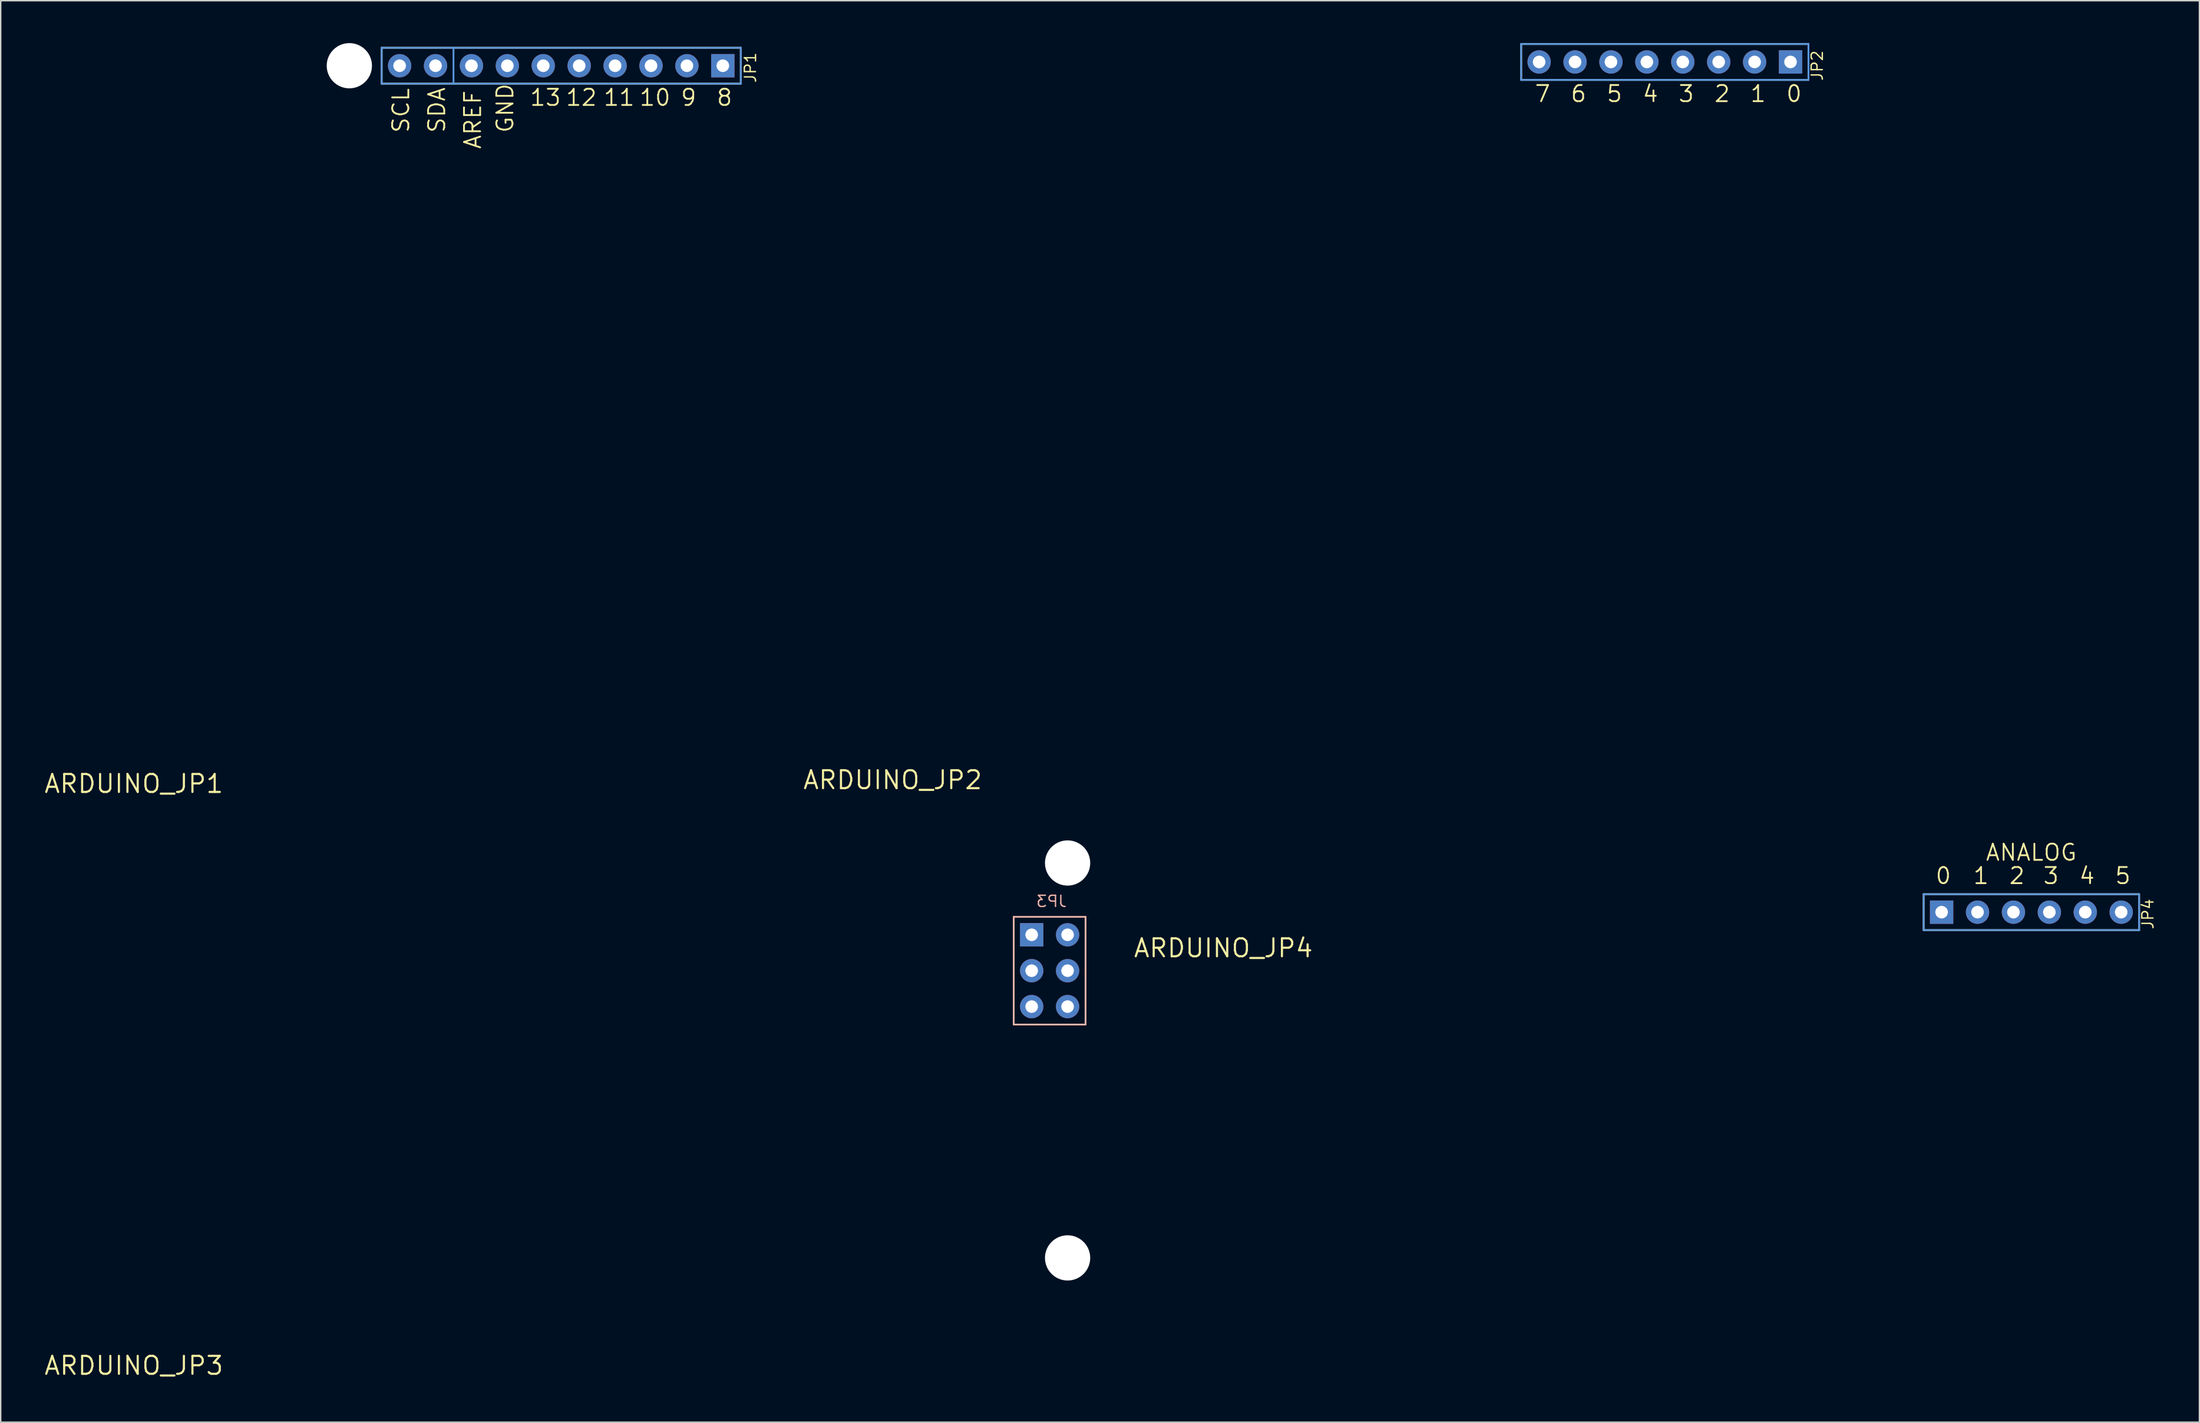
<source format=kicad_pcb>
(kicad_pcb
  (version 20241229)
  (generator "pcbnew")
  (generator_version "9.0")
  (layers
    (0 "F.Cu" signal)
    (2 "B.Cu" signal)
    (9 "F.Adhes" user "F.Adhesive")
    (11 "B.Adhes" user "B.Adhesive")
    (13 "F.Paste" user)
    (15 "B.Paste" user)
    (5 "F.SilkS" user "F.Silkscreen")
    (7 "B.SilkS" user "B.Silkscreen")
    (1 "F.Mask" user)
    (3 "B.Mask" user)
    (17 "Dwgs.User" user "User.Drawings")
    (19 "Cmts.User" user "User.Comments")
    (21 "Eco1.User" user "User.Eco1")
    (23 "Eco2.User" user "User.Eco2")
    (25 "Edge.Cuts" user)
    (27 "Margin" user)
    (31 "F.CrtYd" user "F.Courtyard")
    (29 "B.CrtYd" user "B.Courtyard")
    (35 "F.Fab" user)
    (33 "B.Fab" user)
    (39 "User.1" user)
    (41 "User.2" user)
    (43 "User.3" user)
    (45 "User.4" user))
  (footprint "ARDUINO_JP1"
    (layer "F.Cu")
    (at 6.418 52.4)
    (property "Reference" "ARDUINO_JP1" (at 0 0 0) (layer "F.SilkS") (effects (font (size 1.27 1.27) (thickness 0.15))))
    (fp_line (start 17.526 -52.07) (end 42.926 -52.07) (stroke (width 0.127) (type solid)) (layer "F.SilkS"))
    (fp_line (start 17.526 -49.53) (end 17.526 -52.07) (stroke (width 0.127) (type solid)) (layer "F.SilkS"))
    (fp_line (start 42.926 -52.07) (end 42.926 -49.53) (stroke (width 0.127) (type solid)) (layer "F.SilkS"))
    (fp_line (start 42.926 -49.53) (end 17.526 -49.53) (stroke (width 0.127) (type solid)) (layer "F.SilkS"))
    (fp_line (start 14.732 -50.8) (end 15.748 -50.8) (stroke (width 0.025) (type solid)) (layer "Cmts.User"))
    (fp_line (start 15.24 -50.292) (end 15.24 -51.308) (stroke (width 0.025) (type solid)) (layer "Cmts.User"))
    (fp_line (start 17.526 -52.07) (end 22.606 -52.07) (stroke (width 0.127) (type solid)) (layer "Cmts.User"))
    (fp_line (start 17.526 -49.53) (end 17.526 -52.07) (stroke (width 0.127) (type solid)) (layer "Cmts.User"))
    (fp_line (start 18.288 -50.8) (end 19.304 -50.8) (stroke (width 0.025) (type solid)) (layer "Cmts.User"))
    (fp_line (start 18.796 -50.292) (end 18.796 -51.308) (stroke (width 0.025) (type solid)) (layer "Cmts.User"))
    (fp_line (start 20.828 -50.8) (end 21.844 -50.8) (stroke (width 0.025) (type solid)) (layer "Cmts.User"))
    (fp_line (start 21.336 -50.292) (end 21.336 -51.308) (stroke (width 0.025) (type solid)) (layer "Cmts.User"))
    (fp_line (start 22.606 -52.07) (end 42.926 -52.07) (stroke (width 0.127) (type solid)) (layer "Cmts.User"))
    (fp_line (start 22.606 -49.53) (end 17.526 -49.53) (stroke (width 0.127) (type solid)) (layer "Cmts.User"))
    (fp_line (start 22.606 -49.53) (end 22.606 -52.07) (stroke (width 0.127) (type solid)) (layer "Cmts.User"))
    (fp_line (start 23.368 -50.8) (end 24.384 -50.8) (stroke (width 0.025) (type solid)) (layer "Cmts.User"))
    (fp_line (start 23.876 -50.292) (end 23.876 -51.308) (stroke (width 0.025) (type solid)) (layer "Cmts.User"))
    (fp_line (start 25.908 -50.8) (end 26.924 -50.8) (stroke (width 0.025) (type solid)) (layer "Cmts.User"))
    (fp_line (start 26.416 -50.292) (end 26.416 -51.308) (stroke (width 0.025) (type solid)) (layer "Cmts.User"))
    (fp_line (start 28.448 -50.8) (end 29.464 -50.8) (stroke (width 0.025) (type solid)) (layer "Cmts.User"))
    (fp_line (start 28.956 -50.292) (end 28.956 -51.308) (stroke (width 0.025) (type solid)) (layer "Cmts.User"))
    (fp_line (start 30.988 -50.8) (end 32.004 -50.8) (stroke (width 0.025) (type solid)) (layer "Cmts.User"))
    (fp_line (start 31.496 -50.292) (end 31.496 -51.308) (stroke (width 0.025) (type solid)) (layer "Cmts.User"))
    (fp_line (start 33.528 -50.8) (end 34.544 -50.8) (stroke (width 0.025) (type solid)) (layer "Cmts.User"))
    (fp_line (start 34.036 -50.292) (end 34.036 -51.308) (stroke (width 0.025) (type solid)) (layer "Cmts.User"))
    (fp_line (start 36.068 -50.8) (end 37.084 -50.8) (stroke (width 0.025) (type solid)) (layer "Cmts.User"))
    (fp_line (start 36.576 -50.292) (end 36.576 -51.308) (stroke (width 0.025) (type solid)) (layer "Cmts.User"))
    (fp_line (start 38.608 -50.8) (end 39.624 -50.8) (stroke (width 0.025) (type solid)) (layer "Cmts.User"))
    (fp_line (start 39.116 -50.292) (end 39.116 -51.308) (stroke (width 0.025) (type solid)) (layer "Cmts.User"))
    (fp_line (start 41.148 -50.8) (end 42.164 -50.8) (stroke (width 0.025) (type solid)) (layer "Cmts.User"))
    (fp_line (start 41.656 -50.292) (end 41.656 -51.308) (stroke (width 0.025) (type solid)) (layer "Cmts.User"))
    (fp_line (start 42.926 -52.07) (end 42.926 -49.53) (stroke (width 0.127) (type solid)) (layer "Cmts.User"))
    (fp_line (start 42.926 -49.53) (end 22.606 -49.53) (stroke (width 0.127) (type solid)) (layer "Cmts.User"))
    (fp_text user "8" (at 41.148 -47.879 0) (layer "F.SilkS") (effects (font (size 1.143 1.143) (thickness 0.127)) (justify left bottom)))
    (fp_text user "SDA" (at 22.098 -45.974 90) (layer "F.SilkS") (effects (font (size 1.143 1.143) (thickness 0.127)) (justify left bottom)))
    (fp_text user "11" (at 33.147 -47.879 0) (layer "F.SilkS") (effects (font (size 1.143 1.143) (thickness 0.127)) (justify left bottom)))
    (fp_text user "12" (at 30.48 -47.879 0) (layer "F.SilkS") (effects (font (size 1.143 1.143) (thickness 0.127)) (justify left bottom)))
    (fp_text user "9" (at 38.608 -47.879 0) (layer "F.SilkS") (effects (font (size 1.143 1.143) (thickness 0.127)) (justify left bottom)))
    (fp_text user "GND" (at 26.924 -45.974 90) (layer "F.SilkS") (effects (font (size 1.143 1.143) (thickness 0.127)) (justify left bottom)))
    (fp_text user "SCL" (at 19.558 -45.974 90) (layer "F.SilkS") (effects (font (size 1.143 1.143) (thickness 0.127)) (justify left bottom)))
    (fp_text user "10" (at 35.687 -47.879 0) (layer "F.SilkS") (effects (font (size 1.143 1.143) (thickness 0.127)) (justify left bottom)))
    (fp_text user "13" (at 27.94 -47.879 0) (layer "F.SilkS") (effects (font (size 1.143 1.143) (thickness 0.127)) (justify left bottom)))
    (fp_text user "JP1" (at 44.069 -49.53 90) (layer "F.SilkS") (effects (font (size 0.791 0.791) (thickness 0.098)) (justify left bottom)))
    (fp_text user "AREF" (at 24.638 -44.831 90) (layer "F.SilkS") (effects (font (size 1.143 1.143) (thickness 0.127)) (justify left bottom)))
    (pad "" np_thru_hole circle (at 15.24 -50.8) (size 3.2 3.2) (drill 3.2) (layers "*.Cu" "*.Mask"))
    (pad "9" thru_hole rect (at 41.656 -50.8) (size 1.651 1.651) (drill 0.889) (layers "*.Cu" "*.Mask"))
    (pad "10" thru_hole circle (at 39.116 -50.8) (size 1.651 1.651) (drill 0.889) (layers "*.Cu" "*.Mask"))
    (pad "11" thru_hole circle (at 36.576 -50.8) (size 1.651 1.651) (drill 0.889) (layers "*.Cu" "*.Mask"))
    (pad "12" thru_hole circle (at 34.036 -50.8) (size 1.651 1.651) (drill 0.889) (layers "*.Cu" "*.Mask"))
    (pad "13" thru_hole circle (at 31.496 -50.8) (size 1.651 1.651) (drill 0.889) (layers "*.Cu" "*.Mask"))
    (pad "14" thru_hole circle (at 28.956 -50.8) (size 1.651 1.651) (drill 0.889) (layers "*.Cu" "*.Mask"))
    (pad "15" thru_hole circle (at 26.416 -50.8) (size 1.651 1.651) (drill 0.889) (layers "*.Cu" "*.Mask"))
    (pad "16" thru_hole circle (at 23.876 -50.8) (size 1.651 1.651) (drill 0.889) (layers "*.Cu" "*.Mask"))
    (pad "17" thru_hole circle (at 21.336 -50.8) (size 1.651 1.651) (drill 0.889) (layers "*.Cu" "*.Mask"))
    (pad "18" thru_hole circle (at 18.796 -50.8) (size 1.651 1.651) (drill 0.889) (layers "*.Cu" "*.Mask")))
  (footprint "ARDUINO_JP3"
    (layer "F.Cu")
    (at 6.418 93.567)
    (property "Reference" "ARDUINO_JP3" (at 0 0 0) (layer "F.SilkS") (effects (font (size 1.27 1.27) (thickness 0.15))))
    (fp_line (start 62.23 -31.75) (end 67.31 -31.75) (stroke (width 0.127) (type solid)) (layer "B.SilkS"))
    (fp_line (start 62.23 -24.13) (end 62.23 -31.75) (stroke (width 0.127) (type solid)) (layer "B.SilkS"))
    (fp_line (start 67.31 -31.75) (end 67.31 -24.13) (stroke (width 0.127) (type solid)) (layer "B.SilkS"))
    (fp_line (start 67.31 -24.13) (end 62.23 -24.13) (stroke (width 0.127) (type solid)) (layer "B.SilkS"))
    (fp_line (start 63.5 -29.972) (end 63.5 -30.988) (stroke (width 0.025) (type solid)) (layer "Cmts.User"))
    (fp_line (start 63.5 -27.432) (end 63.5 -28.448) (stroke (width 0.025) (type solid)) (layer "Cmts.User"))
    (fp_line (start 63.5 -24.892) (end 63.5 -25.908) (stroke (width 0.025) (type solid)) (layer "Cmts.User"))
    (fp_line (start 64.008 -30.48) (end 62.992 -30.48) (stroke (width 0.025) (type solid)) (layer "Cmts.User"))
    (fp_line (start 64.008 -27.94) (end 62.992 -27.94) (stroke (width 0.025) (type solid)) (layer "Cmts.User"))
    (fp_line (start 64.008 -25.4) (end 62.992 -25.4) (stroke (width 0.025) (type solid)) (layer "Cmts.User"))
    (fp_line (start 65.532 -35.56) (end 66.548 -35.56) (stroke (width 0.025) (type solid)) (layer "Cmts.User"))
    (fp_line (start 65.532 -7.62) (end 66.548 -7.62) (stroke (width 0.025) (type solid)) (layer "Cmts.User"))
    (fp_line (start 66.04 -35.052) (end 66.04 -36.068) (stroke (width 0.025) (type solid)) (layer "Cmts.User"))
    (fp_line (start 66.04 -29.972) (end 66.04 -30.988) (stroke (width 0.025) (type solid)) (layer "Cmts.User"))
    (fp_line (start 66.04 -27.432) (end 66.04 -28.448) (stroke (width 0.025) (type solid)) (layer "Cmts.User"))
    (fp_line (start 66.04 -24.892) (end 66.04 -25.908) (stroke (width 0.025) (type solid)) (layer "Cmts.User"))
    (fp_line (start 66.04 -7.112) (end 66.04 -8.128) (stroke (width 0.025) (type solid)) (layer "Cmts.User"))
    (fp_line (start 66.548 -30.48) (end 65.532 -30.48) (stroke (width 0.025) (type solid)) (layer "Cmts.User"))
    (fp_line (start 66.548 -27.94) (end 65.532 -27.94) (stroke (width 0.025) (type solid)) (layer "Cmts.User"))
    (fp_line (start 66.548 -25.4) (end 65.532 -25.4) (stroke (width 0.025) (type solid)) (layer "Cmts.User"))
    (fp_text user "JP3" (at 66.04 -32.385 0) (layer "B.SilkS") (effects (font (size 0.791 0.791) (thickness 0.098)) (justify left bottom mirror)))
    (pad "" np_thru_hole circle (at 66.04 -35.56) (size 3.2 3.2) (drill 3.2) (layers "*.Cu" "*.Mask"))
    (pad "" np_thru_hole circle (at 66.04 -7.62) (size 3.2 3.2) (drill 3.2) (layers "*.Cu" "*.Mask"))
    (pad "33" thru_hole rect (at 63.5 -30.48) (size 1.651 1.651) (drill 0.889) (layers "*.Cu" "*.Mask"))
    (pad "34" thru_hole circle (at 63.5 -27.94) (size 1.651 1.651) (drill 0.889) (layers "*.Cu" "*.Mask"))
    (pad "35" thru_hole circle (at 63.5 -25.4) (size 1.651 1.651) (drill 0.889) (layers "*.Cu" "*.Mask"))
    (pad "36" thru_hole circle (at 66.04 -25.4) (size 1.651 1.651) (drill 0.889) (layers "*.Cu" "*.Mask"))
    (pad "37" thru_hole circle (at 66.04 -27.94) (size 1.651 1.651) (drill 0.889) (layers "*.Cu" "*.Mask"))
    (pad "38" thru_hole circle (at 66.04 -30.48) (size 1.651 1.651) (drill 0.889) (layers "*.Cu" "*.Mask")))
  (footprint "ARDUINO_JP4"
    (layer "F.Cu")
    (at 83.476 64.026)
    (property "Reference" "ARDUINO_JP4" (at 0 0 0) (layer "F.SilkS") (effects (font (size 1.27 1.27) (thickness 0.15))))
    (fp_line (start 49.53 -3.81) (end 64.77 -3.81) (stroke (width 0.127) (type solid)) (layer "F.SilkS"))
    (fp_line (start 49.53 -1.27) (end 49.53 -3.81) (stroke (width 0.127) (type solid)) (layer "F.SilkS"))
    (fp_line (start 64.77 -3.81) (end 64.77 -1.27) (stroke (width 0.127) (type solid)) (layer "F.SilkS"))
    (fp_line (start 64.77 -1.27) (end 49.53 -1.27) (stroke (width 0.127) (type solid)) (layer "F.SilkS"))
    (fp_line (start 49.53 -3.81) (end 64.77 -3.81) (stroke (width 0.127) (type solid)) (layer "Cmts.User"))
    (fp_line (start 49.53 -1.27) (end 49.53 -3.81) (stroke (width 0.127) (type solid)) (layer "Cmts.User"))
    (fp_line (start 50.292 -2.54) (end 51.308 -2.54) (stroke (width 0.025) (type solid)) (layer "Cmts.User"))
    (fp_line (start 50.8 -2.032) (end 50.8 -3.048) (stroke (width 0.025) (type solid)) (layer "Cmts.User"))
    (fp_line (start 52.832 -2.54) (end 53.848 -2.54) (stroke (width 0.025) (type solid)) (layer "Cmts.User"))
    (fp_line (start 53.34 -2.032) (end 53.34 -3.048) (stroke (width 0.025) (type solid)) (layer "Cmts.User"))
    (fp_line (start 55.372 -2.54) (end 56.388 -2.54) (stroke (width 0.025) (type solid)) (layer "Cmts.User"))
    (fp_line (start 55.88 -2.032) (end 55.88 -3.048) (stroke (width 0.025) (type solid)) (layer "Cmts.User"))
    (fp_line (start 57.912 -2.54) (end 58.928 -2.54) (stroke (width 0.025) (type solid)) (layer "Cmts.User"))
    (fp_line (start 58.42 -2.032) (end 58.42 -3.048) (stroke (width 0.025) (type solid)) (layer "Cmts.User"))
    (fp_line (start 60.452 -2.54) (end 61.468 -2.54) (stroke (width 0.025) (type solid)) (layer "Cmts.User"))
    (fp_line (start 60.96 -2.032) (end 60.96 -3.048) (stroke (width 0.025) (type solid)) (layer "Cmts.User"))
    (fp_line (start 62.992 -2.54) (end 64.008 -2.54) (stroke (width 0.025) (type solid)) (layer "Cmts.User"))
    (fp_line (start 63.5 -2.032) (end 63.5 -3.048) (stroke (width 0.025) (type solid)) (layer "Cmts.User"))
    (fp_line (start 64.77 -3.81) (end 64.77 -1.27) (stroke (width 0.127) (type solid)) (layer "Cmts.User"))
    (fp_line (start 64.77 -1.27) (end 49.53 -1.27) (stroke (width 0.127) (type solid)) (layer "Cmts.User"))
    (fp_text user "ANALOG" (at 53.848 -6.096 0) (layer "F.SilkS") (effects (font (size 1.143 1.143) (thickness 0.127)) (justify left bottom)))
    (fp_text user "JP4" (at 65.85 -1.27 90) (layer "F.SilkS") (effects (font (size 0.791 0.791) (thickness 0.098)) (justify left bottom)))
    (fp_text user "2" (at 55.499 -4.445 0) (layer "F.SilkS") (effects (font (size 1.143 1.143) (thickness 0.127)) (justify left bottom)))
    (fp_text user "3" (at 57.912 -4.445 0) (layer "F.SilkS") (effects (font (size 1.143 1.143) (thickness 0.127)) (justify left bottom)))
    (fp_text user "5" (at 62.992 -4.445 0) (layer "F.SilkS") (effects (font (size 1.143 1.143) (thickness 0.127)) (justify left bottom)))
    (fp_text user "1" (at 52.959 -4.445 0) (layer "F.SilkS") (effects (font (size 1.143 1.143) (thickness 0.127)) (justify left bottom)))
    (fp_text user "4" (at 60.452 -4.445 0) (layer "F.SilkS") (effects (font (size 1.143 1.143) (thickness 0.127)) (justify left bottom)))
    (fp_text user "0" (at 50.292 -4.445 0) (layer "F.SilkS") (effects (font (size 1.143 1.143) (thickness 0.127)) (justify left bottom)))
    (pad "27" thru_hole rect (at 50.8 -2.54) (size 1.651 1.651) (drill 0.889) (layers "*.Cu" "*.Mask"))
    (pad "28" thru_hole circle (at 53.34 -2.54) (size 1.651 1.651) (drill 0.889) (layers "*.Cu" "*.Mask"))
    (pad "29" thru_hole circle (at 55.88 -2.54) (size 1.651 1.651) (drill 0.889) (layers "*.Cu" "*.Mask"))
    (pad "30" thru_hole circle (at 58.42 -2.54) (size 1.651 1.651) (drill 0.889) (layers "*.Cu" "*.Mask"))
    (pad "31" thru_hole circle (at 60.96 -2.54) (size 1.651 1.651) (drill 0.889) (layers "*.Cu" "*.Mask"))
    (pad "32" thru_hole circle (at 63.5 -2.54) (size 1.651 1.651) (drill 0.889) (layers "*.Cu" "*.Mask")))
  (footprint "ARDUINO_JP2"
    (layer "F.Cu")
    (at 60.089 52.133)
    (property "Reference" "ARDUINO_JP2" (at 0 0 0) (layer "F.SilkS") (effects (font (size 1.27 1.27) (thickness 0.15))))
    (fp_line (start 44.45 -52.07) (end 64.77 -52.07) (stroke (width 0.127) (type solid)) (layer "F.SilkS"))
    (fp_line (start 44.45 -49.53) (end 44.45 -52.07) (stroke (width 0.127) (type solid)) (layer "F.SilkS"))
    (fp_line (start 44.45 -49.53) (end 64.77 -49.53) (stroke (width 0.127) (type solid)) (layer "F.SilkS"))
    (fp_line (start 64.77 -52.07) (end 64.77 -49.53) (stroke (width 0.127) (type solid)) (layer "F.SilkS"))
    (fp_line (start 44.45 -52.07) (end 64.77 -52.07) (stroke (width 0.127) (type solid)) (layer "Cmts.User"))
    (fp_line (start 44.45 -49.53) (end 44.45 -52.07) (stroke (width 0.127) (type solid)) (layer "Cmts.User"))
    (fp_line (start 44.45 -49.53) (end 64.77 -49.53) (stroke (width 0.127) (type solid)) (layer "Cmts.User"))
    (fp_line (start 45.212 -50.8) (end 46.228 -50.8) (stroke (width 0.025) (type solid)) (layer "Cmts.User"))
    (fp_line (start 45.72 -50.292) (end 45.72 -51.308) (stroke (width 0.025) (type solid)) (layer "Cmts.User"))
    (fp_line (start 47.752 -50.8) (end 48.768 -50.8) (stroke (width 0.025) (type solid)) (layer "Cmts.User"))
    (fp_line (start 48.26 -50.292) (end 48.26 -51.308) (stroke (width 0.025) (type solid)) (layer "Cmts.User"))
    (fp_line (start 50.292 -50.8) (end 51.308 -50.8) (stroke (width 0.025) (type solid)) (layer "Cmts.User"))
    (fp_line (start 50.8 -50.292) (end 50.8 -51.308) (stroke (width 0.025) (type solid)) (layer "Cmts.User"))
    (fp_line (start 52.832 -50.8) (end 53.848 -50.8) (stroke (width 0.025) (type solid)) (layer "Cmts.User"))
    (fp_line (start 53.34 -50.292) (end 53.34 -51.308) (stroke (width 0.025) (type solid)) (layer "Cmts.User"))
    (fp_line (start 55.372 -50.8) (end 56.388 -50.8) (stroke (width 0.025) (type solid)) (layer "Cmts.User"))
    (fp_line (start 55.88 -50.292) (end 55.88 -51.308) (stroke (width 0.025) (type solid)) (layer "Cmts.User"))
    (fp_line (start 57.912 -50.8) (end 58.928 -50.8) (stroke (width 0.025) (type solid)) (layer "Cmts.User"))
    (fp_line (start 58.42 -50.292) (end 58.42 -51.308) (stroke (width 0.025) (type solid)) (layer "Cmts.User"))
    (fp_line (start 60.452 -50.8) (end 61.468 -50.8) (stroke (width 0.025) (type solid)) (layer "Cmts.User"))
    (fp_line (start 60.96 -50.292) (end 60.96 -51.308) (stroke (width 0.025) (type solid)) (layer "Cmts.User"))
    (fp_line (start 62.992 -50.8) (end 64.008 -50.8) (stroke (width 0.025) (type solid)) (layer "Cmts.User"))
    (fp_line (start 63.5 -50.292) (end 63.5 -51.308) (stroke (width 0.025) (type solid)) (layer "Cmts.User"))
    (fp_line (start 64.77 -52.07) (end 64.77 -49.53) (stroke (width 0.127) (type solid)) (layer "Cmts.User"))
    (fp_text user "JP2" (at 65.85 -49.403 90) (layer "F.SilkS") (effects (font (size 0.791 0.791) (thickness 0.098)) (justify left bottom)))
    (fp_text user "0" (at 63.119 -47.879 0) (layer "F.SilkS") (effects (font (size 1.143 1.143) (thickness 0.127)) (justify left bottom)))
    (fp_text user "2" (at 58.039 -47.879 0) (layer "F.SilkS") (effects (font (size 1.143 1.143) (thickness 0.127)) (justify left bottom)))
    (fp_text user "5" (at 50.419 -47.879 0) (layer "F.SilkS") (effects (font (size 1.143 1.143) (thickness 0.127)) (justify left bottom)))
    (fp_text user "4" (at 52.959 -47.879 0) (layer "F.SilkS") (effects (font (size 1.143 1.143) (thickness 0.127)) (justify left bottom)))
    (fp_text user "6" (at 47.879 -47.879 0) (layer "F.SilkS") (effects (font (size 1.143 1.143) (thickness 0.127)) (justify left bottom)))
    (fp_text user "7" (at 45.339 -47.879 0) (layer "F.SilkS") (effects (font (size 1.143 1.143) (thickness 0.127)) (justify left bottom)))
    (fp_text user "1" (at 60.579 -47.879 0) (layer "F.SilkS") (effects (font (size 1.143 1.143) (thickness 0.127)) (justify left bottom)))
    (fp_text user "3" (at 55.499 -47.879 0) (layer "F.SilkS") (effects (font (size 1.143 1.143) (thickness 0.127)) (justify left bottom)))
    (pad "1" thru_hole rect (at 63.5 -50.8) (size 1.651 1.651) (drill 0.889) (layers "*.Cu" "*.Mask"))
    (pad "2" thru_hole circle (at 60.96 -50.8) (size 1.651 1.651) (drill 0.889) (layers "*.Cu" "*.Mask"))
    (pad "3" thru_hole circle (at 58.42 -50.8) (size 1.651 1.651) (drill 0.889) (layers "*.Cu" "*.Mask"))
    (pad "4" thru_hole circle (at 55.88 -50.8) (size 1.651 1.651) (drill 0.889) (layers "*.Cu" "*.Mask"))
    (pad "5" thru_hole circle (at 53.34 -50.8) (size 1.651 1.651) (drill 0.889) (layers "*.Cu" "*.Mask"))
    (pad "6" thru_hole circle (at 50.8 -50.8) (size 1.651 1.651) (drill 0.889) (layers "*.Cu" "*.Mask"))
    (pad "7" thru_hole circle (at 48.26 -50.8) (size 1.651 1.651) (drill 0.889) (layers "*.Cu" "*.Mask"))
    (pad "8" thru_hole circle (at 45.72 -50.8) (size 1.651 1.651) (drill 0.889) (layers "*.Cu" "*.Mask")))
  (gr_rect
    (start -3 -3)
    (end 152.51 97.573)
    (stroke (width 0.1) (type default))
    (fill no)
    (layer "Edge.Cuts")))
</source>
